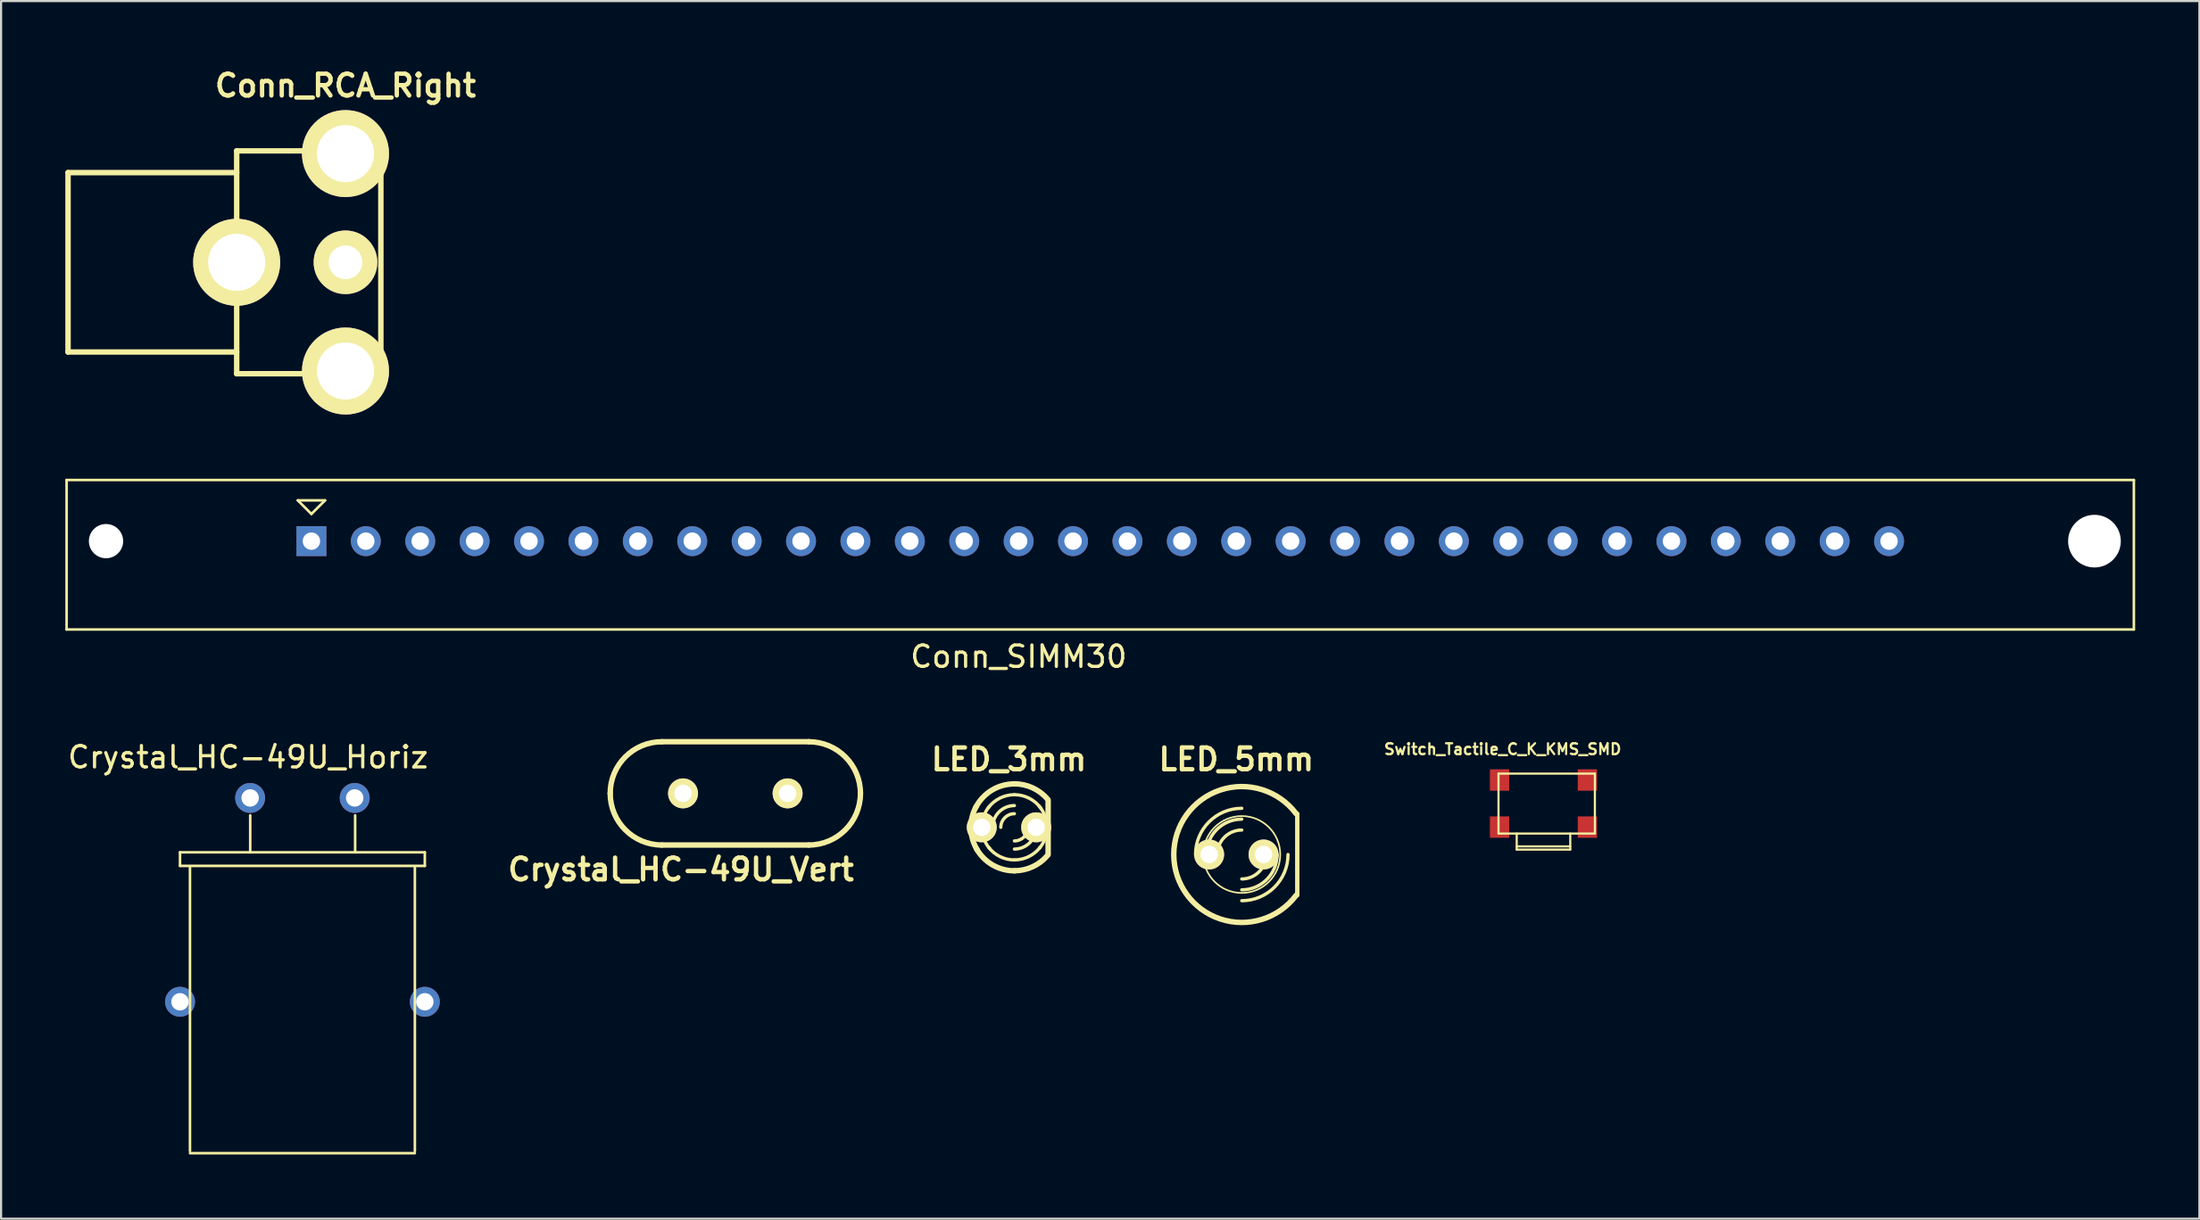
<source format=kicad_pcb>
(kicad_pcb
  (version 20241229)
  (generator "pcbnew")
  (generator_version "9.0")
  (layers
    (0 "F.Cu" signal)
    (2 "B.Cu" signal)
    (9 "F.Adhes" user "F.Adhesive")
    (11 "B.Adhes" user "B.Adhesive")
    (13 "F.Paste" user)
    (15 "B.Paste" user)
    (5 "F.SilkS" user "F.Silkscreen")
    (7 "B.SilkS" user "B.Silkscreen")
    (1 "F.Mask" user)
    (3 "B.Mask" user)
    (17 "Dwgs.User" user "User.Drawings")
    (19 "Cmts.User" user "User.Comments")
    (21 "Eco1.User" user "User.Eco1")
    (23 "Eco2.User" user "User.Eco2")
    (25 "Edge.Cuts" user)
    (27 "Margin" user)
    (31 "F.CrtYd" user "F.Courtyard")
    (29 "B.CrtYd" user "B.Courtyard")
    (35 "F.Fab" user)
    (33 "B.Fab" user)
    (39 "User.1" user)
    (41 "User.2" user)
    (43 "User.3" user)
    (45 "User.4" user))
  (footprint "Conn_RCA_Right"
    (layer "F.Cu")
    (at 8.001 9.206)
    (property "Reference" "Conn_RCA_Right" (at 5.08 -8.255 0) (layer "F.SilkS") (effects (font (size 1.016 1.016) (thickness 0.203))))
    (attr through_hole)
    (fp_line (start -7.874 -4.191) (end -7.874 4.191) (stroke (width 0.254) (type solid)) (layer "F.SilkS"))
    (fp_line (start -7.874 4.191) (end 0 4.191) (stroke (width 0.254) (type solid)) (layer "F.SilkS"))
    (fp_line (start 0 -5.207) (end 0 5.207) (stroke (width 0.254) (type solid)) (layer "F.SilkS"))
    (fp_line (start 0 -5.207) (end 6.731 -5.207) (stroke (width 0.254) (type solid)) (layer "F.SilkS"))
    (fp_line (start 0 -4.191) (end -7.874 -4.191) (stroke (width 0.254) (type solid)) (layer "F.SilkS"))
    (fp_line (start 6.731 -5.207) (end 6.731 5.207) (stroke (width 0.254) (type solid)) (layer "F.SilkS"))
    (fp_line (start 6.731 5.207) (end 0 5.207) (stroke (width 0.254) (type solid)) (layer "F.SilkS"))
    (pad "1" thru_hole circle (at 5.08 0) (size 2.972 2.972) (drill 1.575) (layers "*.Cu" "*.Mask" "F.SilkS"))
    (pad "2" thru_hole circle (at 0 0) (size 4.064 4.064) (drill 2.667) (layers "*.Cu" "*.Mask" "F.SilkS"))
    (pad "2" thru_hole circle (at 5.08 -5.08) (size 4.064 4.064) (drill 2.667) (layers "*.Cu" "*.Mask" "F.SilkS"))
    (pad "2" thru_hole circle (at 5.08 5.08) (size 4.064 4.064) (drill 2.667) (layers "*.Cu" "*.Mask" "F.SilkS")))
  (footprint "Conn_SIMM30"
    (layer "F.Cu")
    (at 48.32 22.235)
    (property "Reference" "Conn_SIMM30" (at -3.81 5.397 0) (layer "F.SilkS") (effects (font (size 1 1) (thickness 0.15))))
    (attr through_hole)
    (fp_line (start -48.26 -2.857) (end 48.26 -2.857) (stroke (width 0.12) (type solid)) (layer "F.SilkS"))
    (fp_line (start -48.26 4.128) (end -48.26 -2.857) (stroke (width 0.12) (type solid)) (layer "F.SilkS"))
    (fp_line (start -37.465 -1.905) (end -36.195 -1.905) (stroke (width 0.12) (type solid)) (layer "F.SilkS"))
    (fp_line (start -36.83 -1.27) (end -37.465 -1.905) (stroke (width 0.12) (type solid)) (layer "F.SilkS"))
    (fp_line (start -36.195 -1.905) (end -36.83 -1.27) (stroke (width 0.12) (type solid)) (layer "F.SilkS"))
    (fp_line (start 48.26 -2.857) (end 48.26 4.128) (stroke (width 0.12) (type solid)) (layer "F.SilkS"))
    (fp_line (start 48.26 4.128) (end -48.26 4.128) (stroke (width 0.12) (type solid)) (layer "F.SilkS"))
    (pad "" np_thru_hole circle (at -46.42 0) (size 1.6 1.6) (drill 1.6) (layers "*.Cu" "*.Mask"))
    (pad "" np_thru_hole circle (at 46.42 0) (size 2.46 2.46) (drill 2.46) (layers "*.Cu" "*.Mask"))
    (pad "1" thru_hole rect (at -36.83 0) (size 1.397 1.397) (drill 0.813) (layers "*.Cu" "*.Mask"))
    (pad "2" thru_hole circle (at -34.29 0) (size 1.397 1.397) (drill 0.813) (layers "*.Cu" "*.Mask"))
    (pad "3" thru_hole circle (at -31.75 0) (size 1.397 1.397) (drill 0.813) (layers "*.Cu" "*.Mask"))
    (pad "4" thru_hole circle (at -29.21 0) (size 1.397 1.397) (drill 0.813) (layers "*.Cu" "*.Mask"))
    (pad "5" thru_hole circle (at -26.67 0) (size 1.397 1.397) (drill 0.813) (layers "*.Cu" "*.Mask"))
    (pad "6" thru_hole circle (at -24.13 0) (size 1.397 1.397) (drill 0.813) (layers "*.Cu" "*.Mask"))
    (pad "7" thru_hole circle (at -21.59 0) (size 1.397 1.397) (drill 0.813) (layers "*.Cu" "*.Mask"))
    (pad "8" thru_hole circle (at -19.05 0) (size 1.397 1.397) (drill 0.813) (layers "*.Cu" "*.Mask"))
    (pad "9" thru_hole circle (at -16.51 0) (size 1.397 1.397) (drill 0.813) (layers "*.Cu" "*.Mask"))
    (pad "10" thru_hole circle (at -13.97 0) (size 1.397 1.397) (drill 0.813) (layers "*.Cu" "*.Mask"))
    (pad "11" thru_hole circle (at -11.43 0) (size 1.397 1.397) (drill 0.813) (layers "*.Cu" "*.Mask"))
    (pad "12" thru_hole circle (at -8.89 0) (size 1.397 1.397) (drill 0.813) (layers "*.Cu" "*.Mask"))
    (pad "13" thru_hole circle (at -6.35 0) (size 1.397 1.397) (drill 0.813) (layers "*.Cu" "*.Mask"))
    (pad "14" thru_hole circle (at -3.81 0) (size 1.397 1.397) (drill 0.813) (layers "*.Cu" "*.Mask"))
    (pad "15" thru_hole circle (at -1.27 0) (size 1.397 1.397) (drill 0.813) (layers "*.Cu" "*.Mask"))
    (pad "16" thru_hole circle (at 1.27 0) (size 1.397 1.397) (drill 0.813) (layers "*.Cu" "*.Mask"))
    (pad "17" thru_hole circle (at 3.81 0) (size 1.397 1.397) (drill 0.813) (layers "*.Cu" "*.Mask"))
    (pad "18" thru_hole circle (at 6.35 0) (size 1.397 1.397) (drill 0.813) (layers "*.Cu" "*.Mask"))
    (pad "19" thru_hole circle (at 8.89 0) (size 1.397 1.397) (drill 0.813) (layers "*.Cu" "*.Mask"))
    (pad "20" thru_hole circle (at 11.43 0) (size 1.397 1.397) (drill 0.813) (layers "*.Cu" "*.Mask"))
    (pad "21" thru_hole circle (at 13.97 0) (size 1.397 1.397) (drill 0.813) (layers "*.Cu" "*.Mask"))
    (pad "22" thru_hole circle (at 16.51 0) (size 1.397 1.397) (drill 0.813) (layers "*.Cu" "*.Mask"))
    (pad "23" thru_hole circle (at 19.05 0) (size 1.397 1.397) (drill 0.813) (layers "*.Cu" "*.Mask"))
    (pad "24" thru_hole circle (at 21.59 0) (size 1.397 1.397) (drill 0.813) (layers "*.Cu" "*.Mask"))
    (pad "25" thru_hole circle (at 24.13 0) (size 1.397 1.397) (drill 0.813) (layers "*.Cu" "*.Mask"))
    (pad "26" thru_hole circle (at 26.67 0) (size 1.397 1.397) (drill 0.813) (layers "*.Cu" "*.Mask"))
    (pad "27" thru_hole circle (at 29.21 0) (size 1.397 1.397) (drill 0.813) (layers "*.Cu" "*.Mask"))
    (pad "28" thru_hole circle (at 31.75 0) (size 1.397 1.397) (drill 0.813) (layers "*.Cu" "*.Mask"))
    (pad "29" thru_hole circle (at 34.29 0) (size 1.397 1.397) (drill 0.813) (layers "*.Cu" "*.Mask"))
    (pad "30" thru_hole circle (at 36.83 0) (size 1.397 1.397) (drill 0.813) (layers "*.Cu" "*.Mask")))
  (footprint "LED_5mm"
    (layer "F.Cu")
    (at 54.674 36.877)
    (property "Reference" "LED_5mm" (at 0 -4.445 0) (layer "F.SilkS") (effects (font (size 1.016 1.016) (thickness 0.203))))
    (attr through_hole)
    (fp_line (start 2.845 1.905) (end 2.845 -1.905) (stroke (width 0.203) (type solid)) (layer "F.SilkS"))
    (fp_arc (start -1.905 0) (mid -1.272644 -1.526644) (end 0.254 -2.159) (stroke (width 0.1524) (type solid)) (layer "F.SilkS"))
    (fp_arc (start -1.397 0) (mid -0.913433 -1.167433) (end 0.254 -1.651) (stroke (width 0.1524) (type solid)) (layer "F.SilkS"))
    (fp_arc (start -0.889 0) (mid -0.554223 -0.808223) (end 0.254 -1.143) (stroke (width 0.1524) (type solid)) (layer "F.SilkS"))
    (fp_arc (start 1.397 0) (mid 1.062223 0.808223) (end 0.254 1.143) (stroke (width 0.1524) (type solid)) (layer "F.SilkS"))
    (fp_arc (start 1.905 0) (mid 1.421433 1.167433) (end 0.254 1.651) (stroke (width 0.1524) (type solid)) (layer "F.SilkS"))
    (fp_arc (start 2.413 0) (mid 1.780644 1.526644) (end 0.254 2.159) (stroke (width 0.1524) (type solid)) (layer "F.SilkS"))
    (fp_arc (start 2.794 1.905) (mid -2.921 0.001668) (end 2.791997 -1.907668) (stroke (width 0.254) (type solid)) (layer "F.SilkS"))
    (fp_circle (center 0.254 0) (end -1.016 1.27) (stroke (width 0.076) (type solid)) (fill no) (layer "F.SilkS"))
    (pad "1" thru_hole circle (at 1.27 0) (size 1.397 1.397) (drill 0.813) (layers "*.Cu" "*.Mask" "F.SilkS"))
    (pad "2" thru_hole circle (at -1.27 0) (size 1.397 1.397) (drill 0.813) (layers "*.Cu" "*.Mask" "F.SilkS")))
  (footprint "LED_3mm"
    (layer "F.Cu")
    (at 44.058 35.607)
    (property "Reference" "LED_3mm" (at 0 -3.175 0) (layer "F.SilkS") (effects (font (size 1.016 1.016) (thickness 0.203))))
    (attr through_hole)
    (fp_line (start 1.829 1.27) (end 1.829 -1.27) (stroke (width 0.254) (type solid)) (layer "F.SilkS"))
    (fp_arc (start -1.778 0) (mid -1.716347 -0.496745) (end -1.53513 -0.963347) (stroke (width 0.254) (type solid)) (layer "F.SilkS"))
    (fp_arc (start -1.5367 -0.95504) (mid -0.790567 -1.739997) (end 0.253025 -2.02946) (stroke (width 0.254) (type solid)) (layer "F.SilkS"))
    (fp_arc (start -1.47574 1.06426) (mid -1.700164 0.553076) (end -1.776923 0.0001) (stroke (width 0.254) (type solid)) (layer "F.SilkS"))
    (fp_arc (start -1.27 0) (mid -1.178999 -0.518738) (end -0.916864 -0.975527) (stroke (width 0.1524) (type solid)) (layer "F.SilkS"))
    (fp_arc (start -0.9652 -0.9144) (mid -0.427912 -1.362928) (end 0.253199 -1.524) (stroke (width 0.1524) (type solid)) (layer "F.SilkS"))
    (fp_arc (start -0.88392 1.01092) (mid -1.168742 0.540951) (end -1.268111 0.000469) (stroke (width 0.1524) (type solid)) (layer "F.SilkS"))
    (fp_arc (start -0.762 0) (mid -0.46442 -0.71842) (end 0.254 -1.016) (stroke (width 0.1524) (type solid)) (layer "F.SilkS"))
    (fp_arc (start -0.381 0) (mid -0.195013 -0.449013) (end 0.254 -0.635) (stroke (width 0.1524) (type solid)) (layer "F.SilkS"))
    (fp_arc (start 0.254 -2.032) (mid 1.114367 -1.840867) (end 1.81288 -1.303426) (stroke (width 0.254) (type solid)) (layer "F.SilkS"))
    (fp_arc (start 0.254 -1.524) (mid 0.950618 -1.35547) (end 1.493166 -0.887155) (stroke (width 0.1524) (type solid)) (layer "F.SilkS"))
    (fp_arc (start 0.254 1.524) (mid -0.415273 1.369179) (end -0.948564 0.936171) (stroke (width 0.1524) (type solid)) (layer "F.SilkS"))
    (fp_arc (start 0.254 2.032) (mid -0.76507 1.757988) (end -1.509299 1.009851) (stroke (width 0.254) (type solid)) (layer "F.SilkS"))
    (fp_arc (start 0.889 0) (mid 0.703013 0.449013) (end 0.254 0.635) (stroke (width 0.1524) (type solid)) (layer "F.SilkS"))
    (fp_arc (start 1.27 0) (mid 0.97242 0.71842) (end 0.254 1.016) (stroke (width 0.1524) (type solid)) (layer "F.SilkS"))
    (fp_arc (start 1.4097 -0.9906) (mid 1.681593 -0.528119) (end 1.776147 -0.000034) (stroke (width 0.1524) (type solid)) (layer "F.SilkS"))
    (fp_arc (start 1.45542 0.93472) (mid 0.922882 1.367373) (end 0.254442 1.522206) (stroke (width 0.1524) (type solid)) (layer "F.SilkS"))
    (fp_arc (start 1.778 0) (mid 1.686999 0.518738) (end 1.424864 0.975527) (stroke (width 0.1524) (type solid)) (layer "F.SilkS"))
    (fp_arc (start 1.8034 1.31064) (mid 1.109154 1.840416) (end 0.256552 2.029387) (stroke (width 0.254) (type solid)) (layer "F.SilkS"))
    (pad "1" thru_hole circle (at 1.27 0) (size 1.397 1.397) (drill 0.813) (layers "*.Cu" "*.Mask" "F.SilkS"))
    (pad "2" thru_hole circle (at -1.27 0) (size 1.397 1.397) (drill 0.813) (layers "*.Cu" "*.Mask" "F.SilkS")))
  (footprint "Switch_Tactile_C_K_KMS_SMD"
    (layer "F.Cu")
    (at 69.015 34.497)
    (property "Reference" "Switch_Tactile_C_K_KMS_SMD" (at -1.905 -2.54 0) (layer "F.SilkS") (effects (font (size 0.508 0.508) (thickness 0.102))))
    (attr through_hole)
    (fp_line (start -2.1 -1.4) (end -2.1 1.4) (stroke (width 0.1) (type solid)) (layer "F.SilkS"))
    (fp_line (start -2.1 1.4) (end 2.4 1.4) (stroke (width 0.1) (type solid)) (layer "F.SilkS"))
    (fp_line (start -1.25 1.4) (end -1.25 2.15) (stroke (width 0.1) (type solid)) (layer "F.SilkS"))
    (fp_line (start -1.25 2) (end 1.25 2) (stroke (width 0.1) (type solid)) (layer "F.SilkS"))
    (fp_line (start -1.25 2.15) (end 1.25 2.15) (stroke (width 0.1) (type solid)) (layer "F.SilkS"))
    (fp_line (start 1.25 2.15) (end 1.25 1.4) (stroke (width 0.1) (type solid)) (layer "F.SilkS"))
    (fp_line (start 2.4 -1.4) (end -2.1 -1.4) (stroke (width 0.1) (type solid)) (layer "F.SilkS"))
    (fp_line (start 2.4 1.4) (end 2.4 -1.4) (stroke (width 0.1) (type solid)) (layer "F.SilkS"))
    (pad "1" smd rect (at -2.05 1.1) (size 0.9 1) (layers "F.Cu" "F.Mask" "F.Paste"))
    (pad "1" smd rect (at 2.05 1.1) (size 0.9 1) (layers "F.Cu" "F.Mask" "F.Paste"))
    (pad "2" smd rect (at -2.05 -1.1) (size 0.9 1) (layers "F.Cu" "F.Mask" "F.Paste"))
    (pad "2" smd rect (at 2.05 -1.1) (size 0.9 1) (layers "F.Cu" "F.Mask" "F.Paste")))
  (footprint "Crystal_HC-49U_Horiz"
    (layer "F.Cu")
    (at 11.07 34.234)
    (property "Reference" "Crystal_HC-49U_Horiz" (at -2.54 -1.905 0) (layer "F.SilkS") (effects (font (size 1 1) (thickness 0.15))))
    (attr through_hole)
    (fp_line (start -5.715 2.54) (end -5.715 3.175) (stroke (width 0.12) (type solid)) (layer "F.SilkS"))
    (fp_line (start -5.715 2.54) (end 5.715 2.54) (stroke (width 0.12) (type solid)) (layer "F.SilkS"))
    (fp_line (start -5.715 3.175) (end 5.715 3.175) (stroke (width 0.12) (type solid)) (layer "F.SilkS"))
    (fp_line (start -5.25 16.5) (end -5.25 3.251) (stroke (width 0.12) (type solid)) (layer "F.SilkS"))
    (fp_line (start -5.25 16.599) (end 5.25 16.599) (stroke (width 0.12) (type solid)) (layer "F.SilkS"))
    (fp_line (start -2.438 0.813) (end -2.438 2.54) (stroke (width 0.12) (type solid)) (layer "F.SilkS"))
    (fp_line (start 2.461 0.813) (end 2.461 2.54) (stroke (width 0.12) (type solid)) (layer "F.SilkS"))
    (fp_line (start 5.25 16.5) (end 5.25 3.251) (stroke (width 0.12) (type solid)) (layer "F.SilkS"))
    (fp_line (start 5.715 3.175) (end 5.715 2.54) (stroke (width 0.12) (type solid)) (layer "F.SilkS"))
    (pad "1" thru_hole circle (at -2.441 0) (size 1.397 1.397) (drill 0.813) (layers "*.Cu" "*.Mask"))
    (pad "2" thru_hole circle (at 2.441 0) (size 1.397 1.397) (drill 0.813) (layers "*.Cu" "*.Mask"))
    (pad "3" thru_hole circle (at -5.715 9.525) (size 1.397 1.397) (drill 0.813) (layers "*.Cu" "*.Mask"))
    (pad "4" thru_hole circle (at 5.715 9.525) (size 1.397 1.397) (drill 0.813) (layers "*.Cu" "*.Mask")))
  (footprint "Crystal_HC-49U_Vert"
    (layer "F.Cu")
    (at 31.282 34.021)
    (property "Reference" "Crystal_HC-49U_Vert" (at -2.54 3.556 0) (layer "F.SilkS") (effects (font (size 1.016 1.016) (thickness 0.203))))
    (attr through_hole)
    (fp_line (start -3.429 2.413) (end 3.429 2.413) (stroke (width 0.254) (type solid)) (layer "F.SilkS"))
    (fp_line (start 3.429 -2.413) (end -3.429 -2.413) (stroke (width 0.254) (type solid)) (layer "F.SilkS"))
    (fp_arc (start -5.842 0) (mid -5.135249 -1.706249) (end -3.429 -2.413) (stroke (width 0.254) (type solid)) (layer "F.SilkS"))
    (fp_arc (start -3.429 2.413) (mid -5.135249 1.706249) (end -5.842 0) (stroke (width 0.254) (type solid)) (layer "F.SilkS"))
    (fp_arc (start 3.429 -2.413) (mid 5.135249 -1.706249) (end 5.842 0) (stroke (width 0.254) (type solid)) (layer "F.SilkS"))
    (fp_arc (start 5.842 0) (mid 5.135249 1.706249) (end 3.429 2.413) (stroke (width 0.254) (type solid)) (layer "F.SilkS"))
    (pad "1" thru_hole circle (at -2.441 0) (size 1.397 1.397) (drill 0.813) (layers "*.Cu" "*.Mask" "F.SilkS"))
    (pad "2" thru_hole circle (at 2.441 0) (size 1.397 1.397) (drill 0.813) (layers "*.Cu" "*.Mask" "F.SilkS")))
  (gr_rect
    (start -3 -3)
    (end 99.64 53.893)
    (stroke (width 0.1) (type default))
    (fill no)
    (layer "Edge.Cuts")))
</source>
